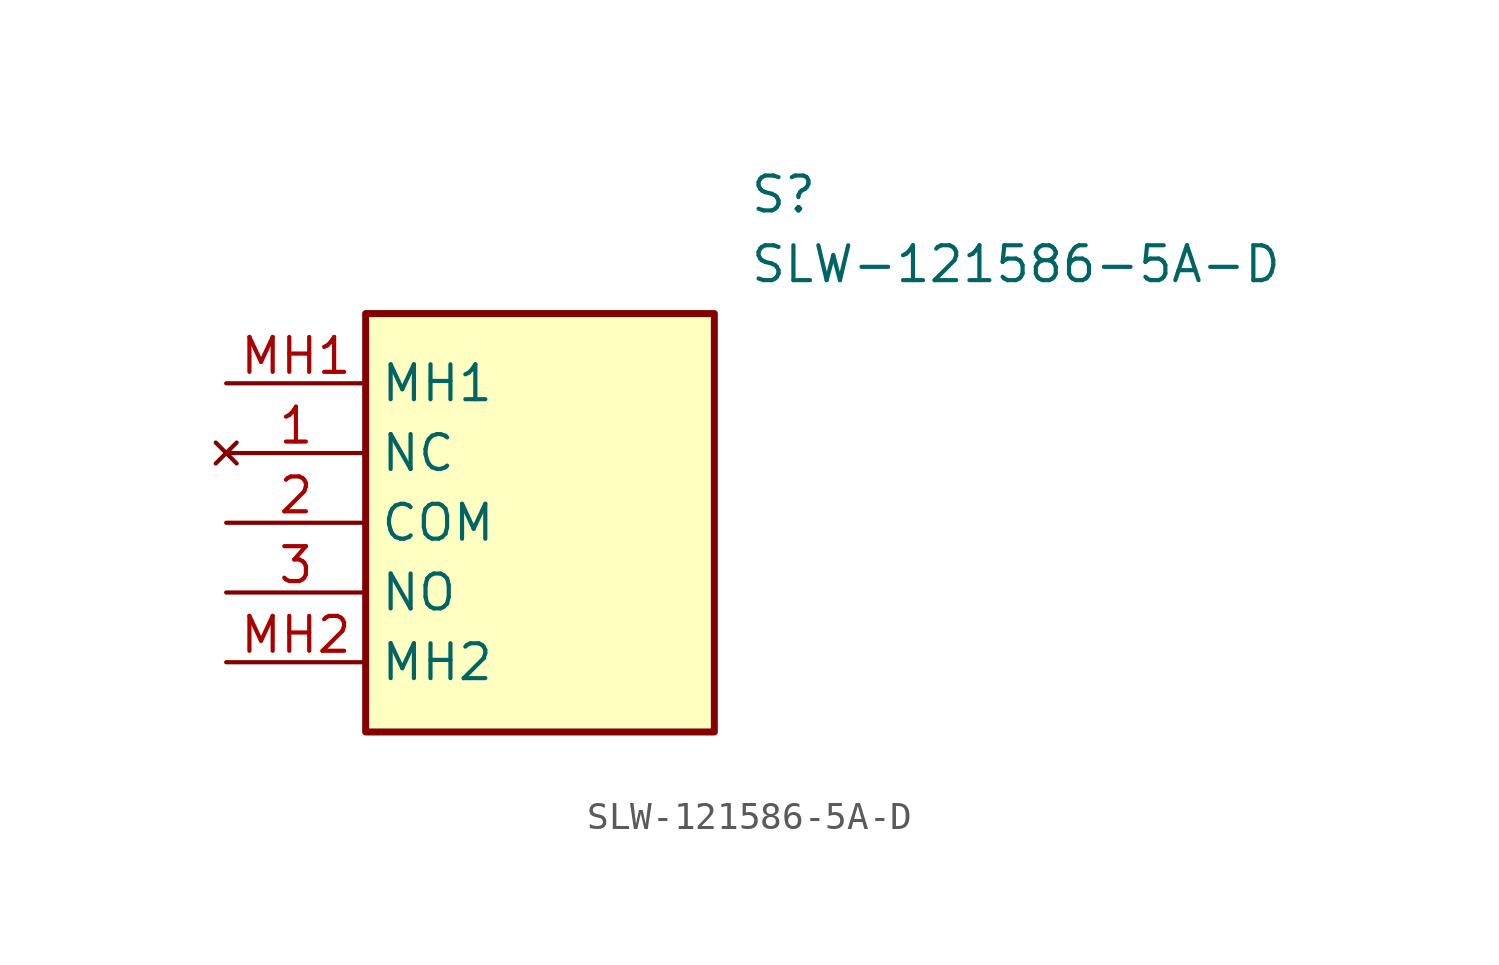
<source format=kicad_sym>
(kicad_symbol_lib
  (version 20211014)
  (generator SamacSys_ECAD_Model)
  (symbol "SLW-121586-5A-D"
    (property "Reference" "S"
      (at 19.05 7.62 0)
      (effects (font (size 1.27 1.27)) (justify left top)))
    (property "Value" "SLW-121586-5A-D"
      (at 19.05 5.08 0)
      (effects (font (size 1.27 1.27)) (justify left top)))
    (rectangle
      (start 5.08 2.54)
      (end 17.78 -12.7)
      (stroke (width 0.254) (type default))
      (fill (type background)))
    (pin no_connect line
      (at 0 -2.54 0)
      (length 5.08)
      (name "NC" (effects (font (size 1.27 1.27))))
      (number "1" (effects (font (size 1.27 1.27)))))
    (pin passive line
      (at 0 -5.08 0)
      (length 5.08)
      (name "COM" (effects (font (size 1.27 1.27))))
      (number "2" (effects (font (size 1.27 1.27)))))
    (pin passive line
      (at 0 -7.62 0)
      (length 5.08)
      (name "NO" (effects (font (size 1.27 1.27))))
      (number "3" (effects (font (size 1.27 1.27)))))
    (pin passive line
      (at 0 0 0)
      (length 5.08)
      (name "MH1" (effects (font (size 1.27 1.27))))
      (number "MH1" (effects (font (size 1.27 1.27)))))
    (pin passive line
      (at 0 -10.16 0)
      (length 5.08)
      (name "MH2" (effects (font (size 1.27 1.27))))
      (number "MH2" (effects (font (size 1.27 1.27)))))))
</source>
